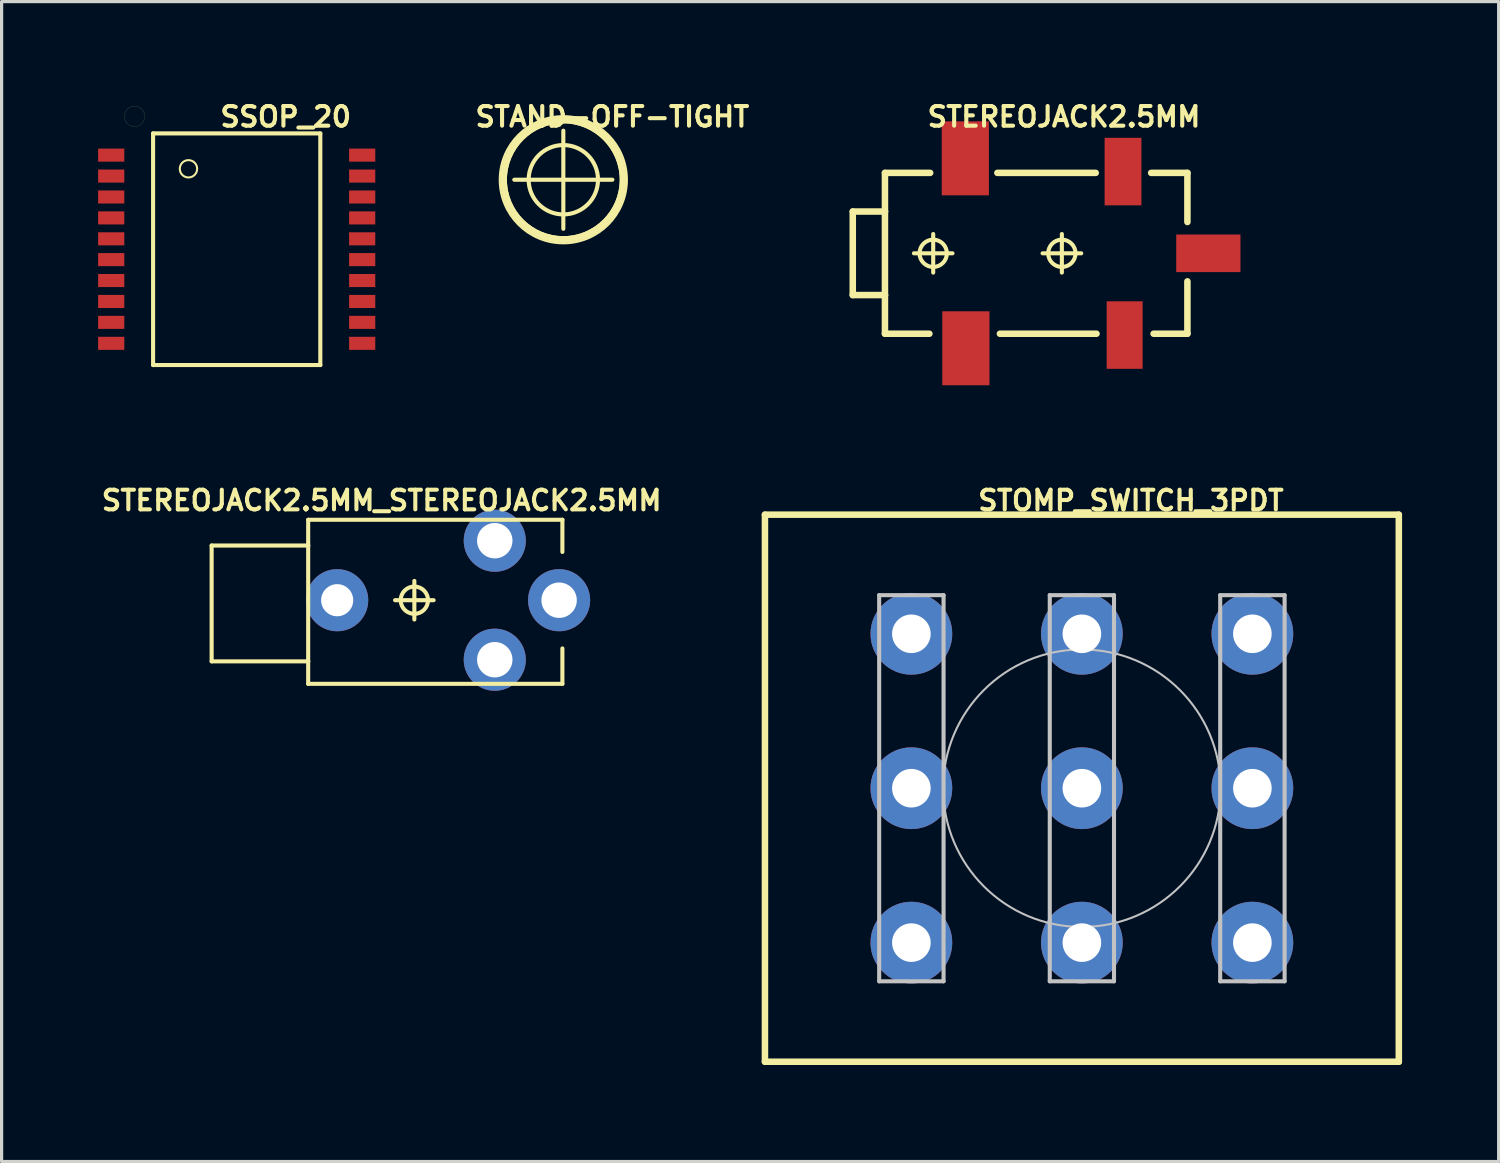
<source format=kicad_pcb>
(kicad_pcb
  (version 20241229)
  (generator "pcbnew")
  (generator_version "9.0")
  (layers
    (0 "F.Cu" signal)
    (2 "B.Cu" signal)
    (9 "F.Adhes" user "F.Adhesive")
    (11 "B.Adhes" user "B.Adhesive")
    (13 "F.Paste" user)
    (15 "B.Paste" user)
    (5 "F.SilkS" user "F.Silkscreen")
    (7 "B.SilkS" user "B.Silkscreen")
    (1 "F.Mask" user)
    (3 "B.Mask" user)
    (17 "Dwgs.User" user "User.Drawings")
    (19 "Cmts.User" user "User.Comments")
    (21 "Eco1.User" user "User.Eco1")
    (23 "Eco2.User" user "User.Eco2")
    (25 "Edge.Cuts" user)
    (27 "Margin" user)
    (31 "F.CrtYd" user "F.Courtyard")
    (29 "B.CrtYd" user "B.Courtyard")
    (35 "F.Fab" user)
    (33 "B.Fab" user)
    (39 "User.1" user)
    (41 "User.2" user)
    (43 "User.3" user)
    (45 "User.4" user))
  (footprint "STOMP_SWITCH_3PDT"
    (layer "F.Cu")
    (at 30.567 21.442)
    (property "Reference" "STOMP_SWITCH_3PDT" (at 1.524 -8.941 0) (layer "F.SilkS") (effects (font (size 0.61 0.61) (thickness 0.127))))
    (attr exclude_from_pos_files exclude_from_bom)
    (fp_line (start -9.848 -8.499) (end 9.848 -8.499) (stroke (width 0.203) (type solid)) (layer "F.SilkS"))
    (fp_line (start -9.848 8.499) (end -9.848 -8.499) (stroke (width 0.203) (type solid)) (layer "F.SilkS"))
    (fp_line (start 9.848 -8.499) (end 9.848 8.499) (stroke (width 0.203) (type solid)) (layer "F.SilkS"))
    (fp_line (start 9.848 8.499) (end -9.848 8.499) (stroke (width 0.203) (type solid)) (layer "F.SilkS"))
    (fp_line (start -6.299 -5.999) (end -6.299 5.999) (stroke (width 0.127) (type solid)) (layer "Dwgs.User"))
    (fp_line (start -6.299 5.999) (end -4.298 5.999) (stroke (width 0.127) (type solid)) (layer "Dwgs.User"))
    (fp_line (start -4.298 -5.999) (end -6.299 -5.999) (stroke (width 0.127) (type solid)) (layer "Dwgs.User"))
    (fp_line (start -4.298 5.999) (end -4.298 -5.999) (stroke (width 0.127) (type solid)) (layer "Dwgs.User"))
    (fp_line (start -0.998 -5.999) (end 0.998 -5.999) (stroke (width 0.127) (type solid)) (layer "Dwgs.User"))
    (fp_line (start -0.998 5.999) (end -0.998 -5.999) (stroke (width 0.127) (type solid)) (layer "Dwgs.User"))
    (fp_line (start 0.998 -5.999) (end 0.998 5.999) (stroke (width 0.127) (type solid)) (layer "Dwgs.User"))
    (fp_line (start 0.998 5.999) (end -0.998 5.999) (stroke (width 0.127) (type solid)) (layer "Dwgs.User"))
    (fp_line (start 4.298 -5.999) (end 4.298 5.999) (stroke (width 0.127) (type solid)) (layer "Dwgs.User"))
    (fp_line (start 4.298 5.999) (end 6.299 5.999) (stroke (width 0.127) (type solid)) (layer "Dwgs.User"))
    (fp_line (start 6.299 -5.999) (end 4.298 -5.999) (stroke (width 0.127) (type solid)) (layer "Dwgs.User"))
    (fp_line (start 6.299 5.999) (end 6.299 -5.999) (stroke (width 0.127) (type solid)) (layer "Dwgs.User"))
    (fp_circle (center 0 0) (end -3.048 3.048) (stroke (width 0.064) (type solid)) (fill no) (layer "Dwgs.User"))
    (pad "P$1" thru_hole circle (at -5.298 -4.798) (size 2.54 2.54) (drill 1.199) (layers "*.Cu" "*.Paste" "*.Mask"))
    (pad "P$2" thru_hole circle (at -5.298 0) (size 2.54 2.54) (drill 1.199) (layers "*.Cu" "*.Paste" "*.Mask"))
    (pad "P$3" thru_hole circle (at -5.298 4.798) (size 2.54 2.54) (drill 1.199) (layers "*.Cu" "*.Paste" "*.Mask"))
    (pad "P$4" thru_hole circle (at 0 -4.798) (size 2.54 2.54) (drill 1.199) (layers "*.Cu" "*.Paste" "*.Mask"))
    (pad "P$5" thru_hole circle (at 0 0) (size 2.54 2.54) (drill 1.199) (layers "*.Cu" "*.Paste" "*.Mask"))
    (pad "P$6" thru_hole circle (at 0 4.798) (size 2.54 2.54) (drill 1.199) (layers "*.Cu" "*.Paste" "*.Mask"))
    (pad "P$7" thru_hole circle (at 5.298 -4.798) (size 2.54 2.54) (drill 1.199) (layers "*.Cu" "*.Paste" "*.Mask"))
    (pad "P$8" thru_hole circle (at 5.298 0) (size 2.54 2.54) (drill 1.199) (layers "*.Cu" "*.Paste" "*.Mask"))
    (pad "P$9" thru_hole circle (at 5.298 4.798) (size 2.54 2.54) (drill 1.199) (layers "*.Cu" "*.Paste" "*.Mask")))
  (footprint "STEREOJACK2.5MM_STEREOJACK2.5MM"
    (layer "F.Cu")
    (at 9.825 15.6)
    (property "Reference" "STEREOJACK2.5MM_STEREOJACK2.5MM" (at -1.016 -3.099 0) (layer "F.SilkS") (effects (font (size 0.61 0.61) (thickness 0.127))))
    (attr exclude_from_pos_files exclude_from_bom)
    (fp_line (start -6.299 -1.699) (end -6.299 1.9) (stroke (width 0.127) (type solid)) (layer "F.SilkS"))
    (fp_line (start -6.299 1.9) (end -3.299 1.9) (stroke (width 0.127) (type solid)) (layer "F.SilkS"))
    (fp_line (start -3.299 -2.499) (end -3.299 -1.699) (stroke (width 0.127) (type solid)) (layer "F.SilkS"))
    (fp_line (start -3.299 -1.699) (end -6.299 -1.699) (stroke (width 0.127) (type solid)) (layer "F.SilkS"))
    (fp_line (start -3.299 -1.699) (end -3.299 1.9) (stroke (width 0.127) (type solid)) (layer "F.SilkS"))
    (fp_line (start -3.299 1.9) (end -3.299 2.598) (stroke (width 0.127) (type solid)) (layer "F.SilkS"))
    (fp_line (start -3.299 2.598) (end 4.6 2.598) (stroke (width 0.127) (type solid)) (layer "F.SilkS"))
    (fp_line (start -0.599 0) (end 0.599 0) (stroke (width 0.127) (type solid)) (layer "F.SilkS"))
    (fp_line (start 0 0.599) (end 0 -0.599) (stroke (width 0.127) (type solid)) (layer "F.SilkS"))
    (fp_line (start 4.6 -2.499) (end -3.299 -2.499) (stroke (width 0.127) (type solid)) (layer "F.SilkS"))
    (fp_line (start 4.6 -1.499) (end 4.6 -2.499) (stroke (width 0.127) (type solid)) (layer "F.SilkS"))
    (fp_line (start 4.6 2.598) (end 4.6 1.499) (stroke (width 0.127) (type solid)) (layer "F.SilkS"))
    (fp_circle (center 0 0) (end -0.3 0.3) (stroke (width 0.127) (type solid)) (fill no) (layer "F.SilkS"))
    (pad "RING" thru_hole circle (at 2.499 -1.849) (size 1.93 1.93) (drill 1.1) (layers "*.Cu" "*.Paste" "*.Mask"))
    (pad "RING" thru_hole circle (at 2.499 1.849) (size 1.93 1.93) (drill 1.1) (layers "*.Cu" "*.Paste" "*.Mask"))
    (pad "SHIE" thru_hole circle (at -2.398 0) (size 1.93 1.93) (drill 0.998) (layers "*.Cu" "*.Paste" "*.Mask"))
    (pad "TIP" thru_hole circle (at 4.498 0) (size 1.93 1.93) (drill 1.1) (layers "*.Cu" "*.Paste" "*.Mask")))
  (footprint "SSOP_20"
    (layer "F.Cu")
    (at 4.305 4.694)
    (property "Reference" "SSOP_20" (at 1.524 -4.115 0) (layer "F.SilkS") (effects (font (size 0.61 0.61) (thickness 0.127))))
    (attr smd)
    (fp_line (start -3.493 -4.128) (end -3.482 -4.056) (stroke (width 0.003) (type solid)) (layer "F.SilkS"))
    (fp_line (start -3.482 -4.196) (end -3.493 -4.128) (stroke (width 0.003) (type solid)) (layer "F.SilkS"))
    (fp_line (start -3.482 -4.056) (end -3.459 -3.988) (stroke (width 0.003) (type solid)) (layer "F.SilkS"))
    (fp_line (start -3.459 -4.265) (end -3.482 -4.196) (stroke (width 0.003) (type solid)) (layer "F.SilkS"))
    (fp_line (start -3.459 -3.988) (end -3.421 -3.929) (stroke (width 0.003) (type solid)) (layer "F.SilkS"))
    (fp_line (start -3.421 -4.323) (end -3.459 -4.265) (stroke (width 0.003) (type solid)) (layer "F.SilkS"))
    (fp_line (start -3.421 -3.929) (end -3.371 -3.879) (stroke (width 0.003) (type solid)) (layer "F.SilkS"))
    (fp_line (start -3.371 -4.374) (end -3.421 -4.323) (stroke (width 0.003) (type solid)) (layer "F.SilkS"))
    (fp_line (start -3.371 -3.879) (end -3.312 -3.84) (stroke (width 0.003) (type solid)) (layer "F.SilkS"))
    (fp_line (start -3.312 -4.412) (end -3.371 -4.374) (stroke (width 0.003) (type solid)) (layer "F.SilkS"))
    (fp_line (start -3.312 -3.84) (end -3.244 -3.818) (stroke (width 0.003) (type solid)) (layer "F.SilkS"))
    (fp_line (start -3.244 -4.435) (end -3.312 -4.412) (stroke (width 0.003) (type solid)) (layer "F.SilkS"))
    (fp_line (start -3.244 -3.818) (end -3.175 -3.81) (stroke (width 0.003) (type solid)) (layer "F.SilkS"))
    (fp_line (start -3.175 -4.445) (end -3.244 -4.435) (stroke (width 0.003) (type solid)) (layer "F.SilkS"))
    (fp_line (start -3.175 -3.81) (end -3.104 -3.818) (stroke (width 0.003) (type solid)) (layer "F.SilkS"))
    (fp_line (start -3.104 -4.435) (end -3.175 -4.445) (stroke (width 0.003) (type solid)) (layer "F.SilkS"))
    (fp_line (start -3.104 -3.818) (end -3.035 -3.84) (stroke (width 0.003) (type solid)) (layer "F.SilkS"))
    (fp_line (start -3.035 -4.412) (end -3.104 -4.435) (stroke (width 0.003) (type solid)) (layer "F.SilkS"))
    (fp_line (start -3.035 -3.84) (end -2.977 -3.879) (stroke (width 0.003) (type solid)) (layer "F.SilkS"))
    (fp_line (start -2.977 -4.374) (end -3.035 -4.412) (stroke (width 0.003) (type solid)) (layer "F.SilkS"))
    (fp_line (start -2.977 -3.879) (end -2.926 -3.929) (stroke (width 0.003) (type solid)) (layer "F.SilkS"))
    (fp_line (start -2.926 -4.323) (end -2.977 -4.374) (stroke (width 0.003) (type solid)) (layer "F.SilkS"))
    (fp_line (start -2.926 -3.929) (end -2.888 -3.988) (stroke (width 0.003) (type solid)) (layer "F.SilkS"))
    (fp_line (start -2.888 -4.265) (end -2.926 -4.323) (stroke (width 0.003) (type solid)) (layer "F.SilkS"))
    (fp_line (start -2.888 -3.988) (end -2.865 -4.056) (stroke (width 0.003) (type solid)) (layer "F.SilkS"))
    (fp_line (start -2.865 -4.196) (end -2.888 -4.265) (stroke (width 0.003) (type solid)) (layer "F.SilkS"))
    (fp_line (start -2.865 -4.056) (end -2.857 -4.128) (stroke (width 0.003) (type solid)) (layer "F.SilkS"))
    (fp_line (start -2.857 -4.128) (end -2.865 -4.196) (stroke (width 0.003) (type solid)) (layer "F.SilkS"))
    (fp_line (start -2.598 -3.599) (end 2.598 -3.599) (stroke (width 0.127) (type solid)) (layer "F.SilkS"))
    (fp_line (start -2.598 3.599) (end -2.598 -3.599) (stroke (width 0.127) (type solid)) (layer "F.SilkS"))
    (fp_line (start 2.598 -3.599) (end 2.598 3.599) (stroke (width 0.127) (type solid)) (layer "F.SilkS"))
    (fp_line (start 2.598 3.599) (end -2.598 3.599) (stroke (width 0.127) (type solid)) (layer "F.SilkS"))
    (fp_circle (center -1.499 -2.499) (end -1.689 -2.69) (stroke (width 0.064) (type solid)) (fill no) (layer "F.SilkS"))
    (pad "1" smd rect (at -3.899 -2.924) (size 0.813 0.406) (layers "F.Cu" "F.Mask" "F.Paste"))
    (pad "2" smd rect (at -3.899 -2.273) (size 0.813 0.406) (layers "F.Cu" "F.Mask" "F.Paste"))
    (pad "3" smd rect (at -3.899 -1.623) (size 0.813 0.406) (layers "F.Cu" "F.Mask" "F.Paste"))
    (pad "4" smd rect (at -3.899 -0.973) (size 0.813 0.406) (layers "F.Cu" "F.Mask" "F.Paste"))
    (pad "5" smd rect (at -3.899 -0.323) (size 0.813 0.406) (layers "F.Cu" "F.Mask" "F.Paste"))
    (pad "6" smd rect (at -3.899 0.323) (size 0.813 0.406) (layers "F.Cu" "F.Mask" "F.Paste"))
    (pad "7" smd rect (at -3.899 0.973) (size 0.813 0.406) (layers "F.Cu" "F.Mask" "F.Paste"))
    (pad "8" smd rect (at -3.899 1.623) (size 0.813 0.406) (layers "F.Cu" "F.Mask" "F.Paste"))
    (pad "9" smd rect (at -3.899 2.273) (size 0.813 0.406) (layers "F.Cu" "F.Mask" "F.Paste"))
    (pad "10" smd rect (at -3.899 2.924) (size 0.813 0.406) (layers "F.Cu" "F.Mask" "F.Paste"))
    (pad "11" smd rect (at 3.899 2.924) (size 0.813 0.406) (layers "F.Cu" "F.Mask" "F.Paste"))
    (pad "12" smd rect (at 3.899 2.273) (size 0.813 0.406) (layers "F.Cu" "F.Mask" "F.Paste"))
    (pad "13" smd rect (at 3.899 1.623) (size 0.813 0.406) (layers "F.Cu" "F.Mask" "F.Paste"))
    (pad "14" smd rect (at 3.899 0.973) (size 0.813 0.406) (layers "F.Cu" "F.Mask" "F.Paste"))
    (pad "15" smd rect (at 3.899 0.323) (size 0.813 0.406) (layers "F.Cu" "F.Mask" "F.Paste"))
    (pad "16" smd rect (at 3.899 -0.323) (size 0.813 0.406) (layers "F.Cu" "F.Mask" "F.Paste"))
    (pad "17" smd rect (at 3.899 -0.973) (size 0.813 0.406) (layers "F.Cu" "F.Mask" "F.Paste"))
    (pad "18" smd rect (at 3.899 -1.623) (size 0.813 0.406) (layers "F.Cu" "F.Mask" "F.Paste"))
    (pad "19" smd rect (at 3.899 -2.273) (size 0.813 0.406) (layers "F.Cu" "F.Mask" "F.Paste"))
    (pad "20" smd rect (at 3.899 -2.924) (size 0.813 0.406) (layers "F.Cu" "F.Mask" "F.Paste")))
  (footprint "STAND-OFF-TIGHT"
    (layer "F.Cu")
    (at 14.454 2.535)
    (property "Reference" "STAND-OFF-TIGHT" (at 1.524 -1.956 0) (layer "F.SilkS") (effects (font (size 0.61 0.61) (thickness 0.127))))
    (attr exclude_from_pos_files exclude_from_bom)
    (fp_line (start -1.524 0) (end 1.524 0) (stroke (width 0.127) (type solid)) (layer "F.SilkS"))
    (fp_line (start 0 1.524) (end 0 -1.524) (stroke (width 0.127) (type solid)) (layer "F.SilkS"))
    (fp_arc (start 0 -1.8542) (mid 1.8542 0) (end 0 1.8542) (stroke (width 0.2032) (type solid)) (layer "F.SilkS"))
    (fp_arc (start 0 -1.8542) (mid 1.8542 0) (end 0 1.8542) (stroke (width 0.2032) (type solid)) (layer "F.SilkS"))
    (fp_arc (start 0 1.8542) (mid -1.8542 0) (end 0 -1.8542) (stroke (width 0.2032) (type solid)) (layer "F.SilkS"))
    (fp_arc (start 0 1.8542) (mid -1.8542 0) (end 0 -1.8542) (stroke (width 0.2032) (type solid)) (layer "F.SilkS"))
    (fp_circle (center 0 0) (end -1.397 1.397) (stroke (width 0.064) (type solid)) (fill no) (layer "F.SilkS"))
    (fp_circle (center 0 0) (end -0.762 0.762) (stroke (width 0.127) (type solid)) (fill no) (layer "F.SilkS")))
  (footprint "STEREOJACK2.5MM"
    (layer "F.Cu")
    (at 25.947 4.821)
    (property "Reference" "STEREOJACK2.5MM" (at 4.064 -4.242 0) (layer "F.SilkS") (effects (font (size 0.61 0.61) (thickness 0.127))))
    (attr smd)
    (fp_line (start -2.499 -1.298) (end -2.499 1.298) (stroke (width 0.203) (type solid)) (layer "F.SilkS"))
    (fp_line (start -2.499 -1.298) (end -1.499 -1.298) (stroke (width 0.203) (type solid)) (layer "F.SilkS"))
    (fp_line (start -2.499 1.298) (end -1.499 1.298) (stroke (width 0.203) (type solid)) (layer "F.SilkS"))
    (fp_line (start -1.499 -2.499) (end -0.094 -2.499) (stroke (width 0.203) (type solid)) (layer "F.SilkS"))
    (fp_line (start -1.499 -1.298) (end -1.499 -2.499) (stroke (width 0.203) (type solid)) (layer "F.SilkS"))
    (fp_line (start -1.499 -1.298) (end -1.499 1.298) (stroke (width 0.203) (type solid)) (layer "F.SilkS"))
    (fp_line (start -1.499 1.298) (end -1.499 2.499) (stroke (width 0.203) (type solid)) (layer "F.SilkS"))
    (fp_line (start -1.499 2.499) (end -0.119 2.499) (stroke (width 0.203) (type solid)) (layer "F.SilkS"))
    (fp_line (start -0.599 0) (end 0.599 0) (stroke (width 0.127) (type solid)) (layer "F.SilkS"))
    (fp_line (start 0 0.599) (end 0 -0.599) (stroke (width 0.127) (type solid)) (layer "F.SilkS"))
    (fp_line (start 1.994 -2.499) (end 5.05 -2.499) (stroke (width 0.203) (type solid)) (layer "F.SilkS"))
    (fp_line (start 2.073 2.499) (end 5.075 2.499) (stroke (width 0.203) (type solid)) (layer "F.SilkS"))
    (fp_line (start 3.399 0) (end 4.6 0) (stroke (width 0.127) (type solid)) (layer "F.SilkS"))
    (fp_line (start 3.998 0.599) (end 3.998 -0.599) (stroke (width 0.127) (type solid)) (layer "F.SilkS"))
    (fp_line (start 6.772 -2.499) (end 7.899 -2.499) (stroke (width 0.203) (type solid)) (layer "F.SilkS"))
    (fp_line (start 6.848 2.499) (end 7.899 2.499) (stroke (width 0.203) (type solid)) (layer "F.SilkS"))
    (fp_line (start 7.899 -2.499) (end 7.899 -0.973) (stroke (width 0.203) (type solid)) (layer "F.SilkS"))
    (fp_line (start 7.899 2.499) (end 7.899 0.871) (stroke (width 0.203) (type solid)) (layer "F.SilkS"))
    (fp_circle (center 0 0) (end -0.3 0.3) (stroke (width 0.127) (type solid)) (fill no) (layer "F.SilkS"))
    (fp_circle (center 3.998 0) (end 4.298 0.3) (stroke (width 0.127) (type solid)) (fill no) (layer "F.SilkS"))
    (pad "1" smd rect (at 5.898 -2.54 90) (size 2.098 1.143) (layers "F.Cu" "F.Mask" "F.Paste"))
    (pad "3" smd rect (at 8.55 0 180) (size 1.996 1.168) (layers "F.Cu" "F.Mask" "F.Paste"))
    (pad "4" smd rect (at 5.949 2.54 90) (size 2.098 1.118) (layers "F.Cu" "F.Mask" "F.Paste"))
    (pad "5" smd rect (at 0.998 -2.951) (size 1.466 2.299) (layers "F.Cu" "F.Mask" "F.Paste"))
    (pad "A" smd rect (at 1.016 2.951) (size 1.466 2.299) (layers "F.Cu" "F.Mask" "F.Paste")))
  (gr_rect
    (start -3 -3)
    (end 43.517 33.043)
    (stroke (width 0.1) (type default))
    (fill no)
    (layer "Edge.Cuts")))
</source>
